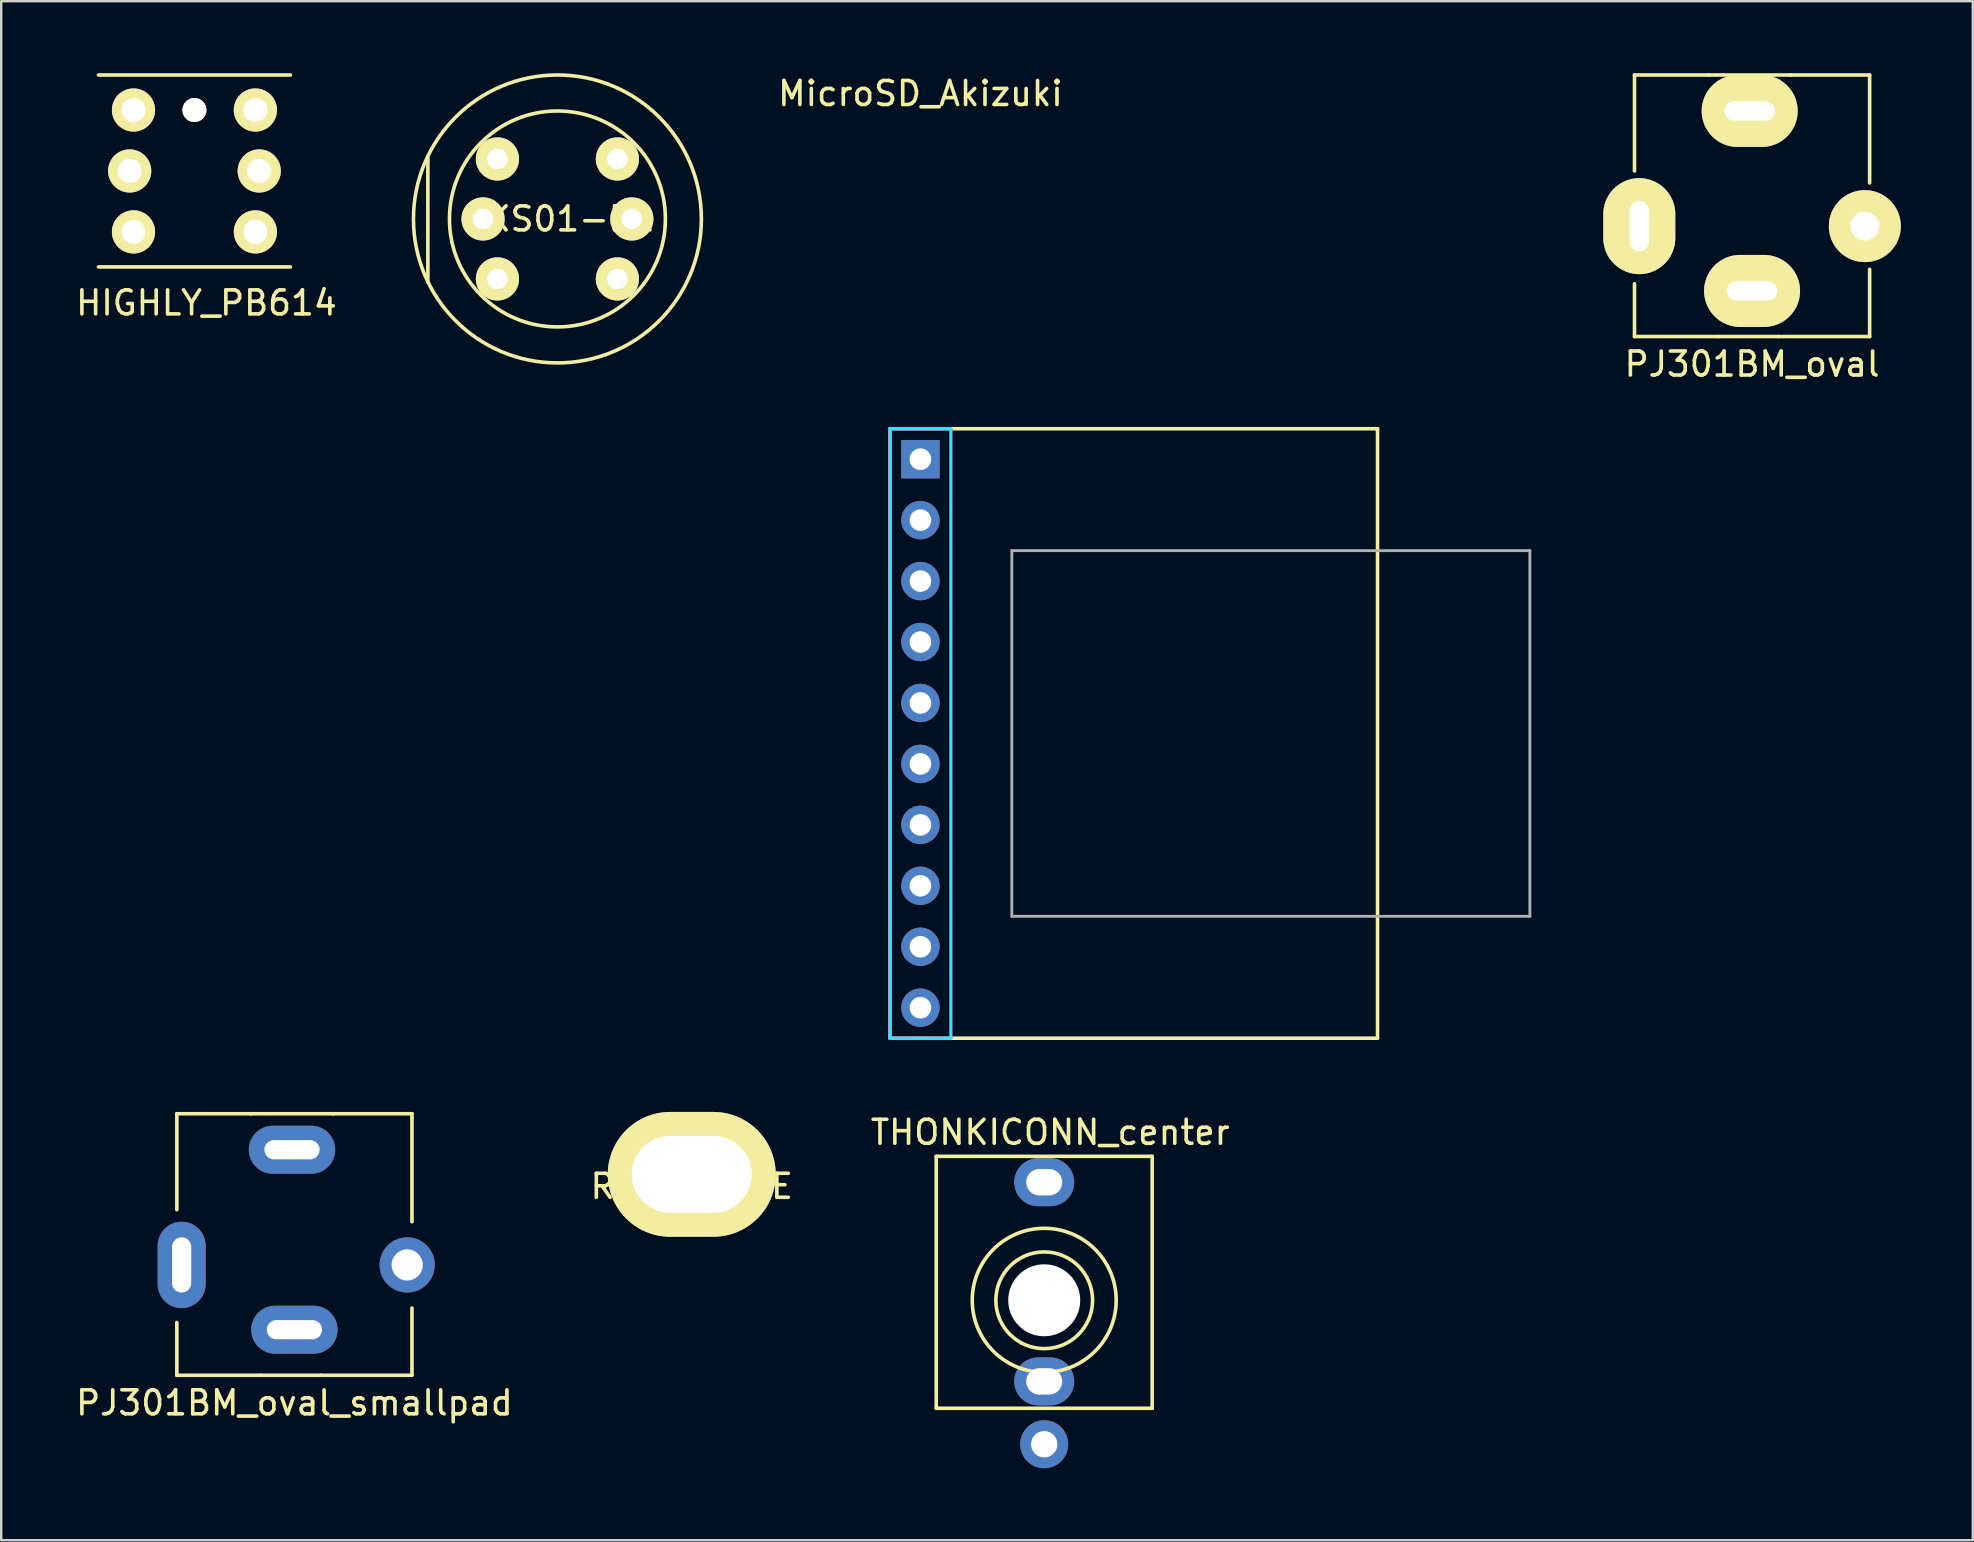
<source format=kicad_pcb>
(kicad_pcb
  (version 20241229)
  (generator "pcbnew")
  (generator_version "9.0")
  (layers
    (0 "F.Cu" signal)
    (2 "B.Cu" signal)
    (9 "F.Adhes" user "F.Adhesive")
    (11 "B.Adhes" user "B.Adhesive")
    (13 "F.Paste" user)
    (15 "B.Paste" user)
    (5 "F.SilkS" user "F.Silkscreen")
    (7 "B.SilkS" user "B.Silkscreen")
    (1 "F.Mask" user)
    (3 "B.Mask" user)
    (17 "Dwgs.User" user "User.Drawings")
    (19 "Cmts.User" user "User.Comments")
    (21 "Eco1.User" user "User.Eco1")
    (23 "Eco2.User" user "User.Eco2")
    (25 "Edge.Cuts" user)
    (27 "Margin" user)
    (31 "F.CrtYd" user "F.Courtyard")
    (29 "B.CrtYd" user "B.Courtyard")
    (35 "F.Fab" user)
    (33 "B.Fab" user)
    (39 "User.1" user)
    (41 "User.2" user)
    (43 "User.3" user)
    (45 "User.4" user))
  (footprint "HIGHLY_PB614"
    (layer "F.Cu")
    (at 5.054 4.075)
    (property "Reference" "HIGHLY_PB614" (at 0.5 5.5 0) (layer "F.SilkS") (effects (font (size 1 1) (thickness 0.15))))
    (attr through_hole)
    (fp_line (start -4 -4) (end 4 -4) (stroke (width 0.15) (type solid)) (layer "F.SilkS"))
    (fp_line (start -4 4) (end 4 4) (stroke (width 0.15) (type solid)) (layer "F.SilkS"))
    (pad "" np_thru_hole circle (at 0 -2.54) (size 1 1) (drill 1) (layers "*.Cu" "*.Mask" "F.SilkS"))
    (pad "1" thru_hole circle (at -2.54 -2.54) (size 1.8 1.8) (drill 1) (layers "*.Cu" "*.Mask" "F.SilkS"))
    (pad "1" thru_hole circle (at 2.54 -2.54) (size 1.8 1.8) (drill 1) (layers "*.Cu" "*.Mask" "F.SilkS"))
    (pad "2" thru_hole circle (at -2.54 2.54) (size 1.8 1.8) (drill 1) (layers "*.Cu" "*.Mask" "F.SilkS"))
    (pad "2" thru_hole circle (at 2.54 2.54) (size 1.8 1.8) (drill 1) (layers "*.Cu" "*.Mask" "F.SilkS"))
    (pad "3" thru_hole circle (at -2.7 0) (size 1.8 1.8) (drill 1) (layers "*.Cu" "*.Mask" "F.SilkS"))
    (pad "4" thru_hole circle (at 2.7 0) (size 1.8 1.8) (drill 1) (layers "*.Cu" "*.Mask" "F.SilkS")))
  (footprint "THONKICONN_center"
    (layer "F.Cu")
    (at 40.47 51.142)
    (property "Reference" "THONKICONN_center" (at 0.25 -7 0) (layer "F.SilkS") (effects (font (size 1 1) (thickness 0.15))))
    (attr through_hole)
    (fp_line (start -4.5 -6) (end -4.5 4.5) (stroke (width 0.15) (type solid)) (layer "F.SilkS"))
    (fp_line (start -4.5 4.5) (end 4.5 4.5) (stroke (width 0.15) (type solid)) (layer "F.SilkS"))
    (fp_line (start 4.5 -6) (end -4.5 -6) (stroke (width 0.15) (type solid)) (layer "F.SilkS"))
    (fp_line (start 4.5 4.5) (end 4.5 -6) (stroke (width 0.15) (type solid)) (layer "F.SilkS"))
    (fp_circle (center 0 0) (end 2 -0.25) (stroke (width 0.15) (type solid)) (fill no) (layer "F.SilkS"))
    (fp_circle (center 0 0) (end 3 0) (stroke (width 0.15) (type solid)) (fill no) (layer "F.SilkS"))
    (pad "" np_thru_hole circle (at 0 0) (size 3 3) (drill 3) (layers "*.Cu" "*.Mask"))
    (pad "1" thru_hole circle (at 0 6) (size 2 2) (drill 1.1) (layers "*.Cu" "*.Mask"))
    (pad "2" thru_hole oval (at 0 3.38) (size 2.5 2) (drill oval 1.5 1.1) (layers "*.Cu" "*.Mask"))
    (pad "3" thru_hole oval (at 0 -4.92) (size 2.5 2) (drill oval 1.5 1.1) (layers "*.Cu" "*.Mask")))
  (footprint "PJ301BM_oval_smallpad"
    (placed yes)
    (layer "F.Cu")
    (at 9.22 49.068)
    (property "Reference" "PJ301BM_oval_smallpad" (at 0 6.35 0) (layer "F.SilkS") (effects (font (size 1 1) (thickness 0.15))))
    (attr through_hole)
    (fp_line (start -4.9 -5.7) (end -4.9 -1.7) (stroke (width 0.15) (type solid)) (layer "F.SilkS"))
    (fp_line (start -4.9 -5.7) (end -1.8 -5.7) (stroke (width 0.15) (type solid)) (layer "F.SilkS"))
    (fp_line (start -4.9 5.2) (end -4.9 3) (stroke (width 0.15) (type solid)) (layer "F.SilkS"))
    (fp_line (start -4.9 5.2) (end -1.4 5.2) (stroke (width 0.15) (type solid)) (layer "F.SilkS"))
    (fp_line (start -1.8 -5.7) (end 1.6 -5.7) (stroke (width 0.15) (type solid)) (layer "F.SilkS"))
    (fp_line (start -1.4 5.2) (end 1.1 5.2) (stroke (width 0.15) (type solid)) (layer "F.SilkS"))
    (fp_line (start 4.9 -5.7) (end 1.6 -5.7) (stroke (width 0.15) (type solid)) (layer "F.SilkS"))
    (fp_line (start 4.9 -5.7) (end 4.9 -1.2) (stroke (width 0.15) (type solid)) (layer "F.SilkS"))
    (fp_line (start 4.9 5.2) (end 1.1 5.2) (stroke (width 0.15) (type solid)) (layer "F.SilkS"))
    (fp_line (start 4.9 5.2) (end 4.9 2.4) (stroke (width 0.15) (type solid)) (layer "F.SilkS"))
    (pad "1" thru_hole oval (at 4.7 0.6) (size 2.3 2.3) (drill oval 1.3) (layers "*.Cu" "*.Mask"))
    (pad "2" thru_hole oval (at -4.7 0.6) (size 2 3.6) (drill oval 0.8 2.3) (layers "*.Cu" "*.Mask"))
    (pad "3" thru_hole oval (at 0 3.3) (size 3.6 2) (drill oval 2.3 0.8) (layers "*.Cu" "*.Mask"))
    (pad "4" thru_hole oval (at -0.1 -4.2) (size 3.6 2) (drill oval 2.3 0.8) (layers "*.Cu" "*.Mask")))
  (footprint "KS01-BL"
    (layer "F.Cu")
    (at 20.182 6.075)
    (property "Reference" "KS01-BL" (at 0.5 0 0) (layer "F.SilkS") (effects (font (size 1 1) (thickness 0.15))))
    (attr through_hole)
    (fp_line (start -5.4 -2.6) (end -5.4 2.6) (stroke (width 0.15) (type solid)) (layer "F.SilkS"))
    (fp_circle (center 0 0) (end 4.5 0) (stroke (width 0.15) (type solid)) (fill no) (layer "F.SilkS"))
    (fp_circle (center 0 0) (end 6 0) (stroke (width 0.15) (type solid)) (fill no) (layer "F.SilkS"))
    (pad "1" thru_hole circle (at -2.5 -2.5) (size 1.8 1.8) (drill 0.85) (layers "*.Cu" "*.Mask" "F.SilkS"))
    (pad "1" thru_hole circle (at 2.5 -2.5) (size 1.8 1.8) (drill 0.85) (layers "*.Cu" "*.Mask" "F.SilkS"))
    (pad "2" thru_hole circle (at -2.5 2.5) (size 1.8 1.8) (drill 0.85) (layers "*.Cu" "*.Mask" "F.SilkS"))
    (pad "2" thru_hole circle (at 2.5 2.5) (size 1.8 1.8) (drill 0.85) (layers "*.Cu" "*.Mask" "F.SilkS"))
    (pad "3" thru_hole circle (at -3.1 0) (size 1.8 1.8) (drill 0.85) (layers "*.Cu" "*.Mask" "F.SilkS"))
    (pad "4" thru_hole circle (at 3.1 0) (size 1.8 1.8) (drill 0.85) (layers "*.Cu" "*.Mask" "F.SilkS")))
  (footprint "PJ301BM_oval"
    (layer "F.Cu")
    (at 69.971 5.775)
    (property "Reference" "PJ301BM_oval" (at 0 6.35 0) (layer "F.SilkS") (effects (font (size 1 1) (thickness 0.15))))
    (attr through_hole)
    (fp_line (start -4.9 -5.7) (end -4.9 -1.7) (stroke (width 0.15) (type solid)) (layer "F.SilkS"))
    (fp_line (start -4.9 -5.7) (end -1.8 -5.7) (stroke (width 0.15) (type solid)) (layer "F.SilkS"))
    (fp_line (start -4.9 5.2) (end -4.9 3) (stroke (width 0.15) (type solid)) (layer "F.SilkS"))
    (fp_line (start -4.9 5.2) (end -1.4 5.2) (stroke (width 0.15) (type solid)) (layer "F.SilkS"))
    (fp_line (start -1.8 -5.7) (end 1.6 -5.7) (stroke (width 0.15) (type solid)) (layer "F.SilkS"))
    (fp_line (start -1.4 5.2) (end 1.1 5.2) (stroke (width 0.15) (type solid)) (layer "F.SilkS"))
    (fp_line (start 4.9 -5.7) (end 1.6 -5.7) (stroke (width 0.15) (type solid)) (layer "F.SilkS"))
    (fp_line (start 4.9 -5.7) (end 4.9 -1.2) (stroke (width 0.15) (type solid)) (layer "F.SilkS"))
    (fp_line (start 4.9 5.2) (end 1.1 5.2) (stroke (width 0.15) (type solid)) (layer "F.SilkS"))
    (fp_line (start 4.9 5.2) (end 4.9 2.4) (stroke (width 0.15) (type solid)) (layer "F.SilkS"))
    (pad "1" thru_hole oval (at 4.7 0.6) (size 3 3) (drill oval 1.2) (layers "*.Cu" "*.Mask" "F.SilkS"))
    (pad "2" thru_hole oval (at -4.7 0.6) (size 3 4) (drill oval 0.8 2.1) (layers "*.Cu" "*.Mask" "F.SilkS"))
    (pad "3" thru_hole oval (at 0 3.3) (size 4 3) (drill oval 2.1 0.8) (layers "*.Cu" "*.Mask" "F.SilkS"))
    (pad "4" thru_hole oval (at -0.1 -4.2) (size 4 3) (drill oval 2.1 0.8) (layers "*.Cu" "*.Mask" "F.SilkS")))
  (footprint "RACK_HOLE"
    (layer "F.Cu")
    (at 25.78 45.893)
    (property "Reference" "RACK_HOLE" (at 0 0.5 0) (layer "F.SilkS") (effects (font (size 1 1) (thickness 0.15))))
    (attr through_hole)
    (pad "1" thru_hole oval (at 0 0) (size 7 5.2) (drill oval 5 3.2) (layers "*.Cu" "*.Mask" "F.SilkS")))
  (footprint "MicroSD_Akizuki"
    (layer "F.Cu")
    (at 35.311 16.088)
    (property "Reference" "MicroSD_Akizuki" (at 0 -15.24 0) (layer "F.SilkS") (effects (font (size 1 1) (thickness 0.15))))
    (attr through_hole)
    (fp_line (start -1.27 -1.27) (end 19.05 -1.27) (stroke (width 0.15) (type solid)) (layer "F.SilkS"))
    (fp_line (start -1.27 24.13) (end -1.27 -1.27) (stroke (width 0.15) (type solid)) (layer "F.SilkS"))
    (fp_line (start 19.05 -1.27) (end 19.05 24.13) (stroke (width 0.15) (type solid)) (layer "F.SilkS"))
    (fp_line (start 19.05 24.13) (end -1.27 24.13) (stroke (width 0.15) (type solid)) (layer "F.SilkS"))
    (fp_line (start -1.27 -1.27) (end 1.27 -1.27) (stroke (width 0.12) (type solid)) (layer "B.CrtYd"))
    (fp_line (start -1.27 24.13) (end -1.27 -1.27) (stroke (width 0.12) (type solid)) (layer "B.CrtYd"))
    (fp_line (start 1.27 -1.27) (end 1.27 24.13) (stroke (width 0.12) (type solid)) (layer "B.CrtYd"))
    (fp_line (start 1.27 24.13) (end -1.27 24.13) (stroke (width 0.12) (type solid)) (layer "B.CrtYd"))
    (fp_line (start -1.27 -1.27) (end 1.27 -1.27) (stroke (width 0.12) (type solid)) (layer "F.CrtYd"))
    (fp_line (start -1.27 24.13) (end -1.27 -1.27) (stroke (width 0.12) (type solid)) (layer "F.CrtYd"))
    (fp_line (start 1.27 -1.27) (end 1.27 24.13) (stroke (width 0.12) (type solid)) (layer "F.CrtYd"))
    (fp_line (start 1.27 24.13) (end -1.27 24.13) (stroke (width 0.12) (type solid)) (layer "F.CrtYd"))
    (fp_line (start 3.81 3.81) (end 25.4 3.81) (stroke (width 0.12) (type solid)) (layer "F.Fab"))
    (fp_line (start 3.81 19.05) (end 3.81 3.81) (stroke (width 0.12) (type solid)) (layer "F.Fab"))
    (fp_line (start 25.4 3.81) (end 25.4 19.05) (stroke (width 0.12) (type solid)) (layer "F.Fab"))
    (fp_line (start 25.4 19.05) (end 3.81 19.05) (stroke (width 0.12) (type solid)) (layer "F.Fab"))
    (pad "1" thru_hole rect (at 0 0) (size 1.6 1.6) (drill 0.9) (layers "*.Cu" "*.Mask"))
    (pad "2" thru_hole circle (at 0 2.54) (size 1.6 1.6) (drill 0.9) (layers "*.Cu" "*.Mask"))
    (pad "3" thru_hole circle (at 0 5.08) (size 1.6 1.6) (drill 0.9) (layers "*.Cu" "*.Mask"))
    (pad "4" thru_hole circle (at 0 7.62) (size 1.6 1.6) (drill 0.9) (layers "*.Cu" "*.Mask"))
    (pad "5" thru_hole circle (at 0 10.16) (size 1.6 1.6) (drill 0.9) (layers "*.Cu" "*.Mask"))
    (pad "6" thru_hole circle (at 0 12.7) (size 1.6 1.6) (drill 0.9) (layers "*.Cu" "*.Mask"))
    (pad "7" thru_hole circle (at 0 15.24) (size 1.6 1.6) (drill 0.9) (layers "*.Cu" "*.Mask"))
    (pad "8" thru_hole circle (at 0 17.78) (size 1.6 1.6) (drill 0.9) (layers "*.Cu" "*.Mask"))
    (pad "9" thru_hole circle (at 0 20.32) (size 1.6 1.6) (drill 0.9) (layers "*.Cu" "*.Mask"))
    (pad "10" thru_hole circle (at 0 22.86) (size 1.6 1.6) (drill 0.9) (layers "*.Cu" "*.Mask")))
  (gr_rect
    (start -3 -3)
    (end 79.171 61.142)
    (stroke (width 0.1) (type default))
    (fill no)
    (layer "Edge.Cuts")))
</source>
